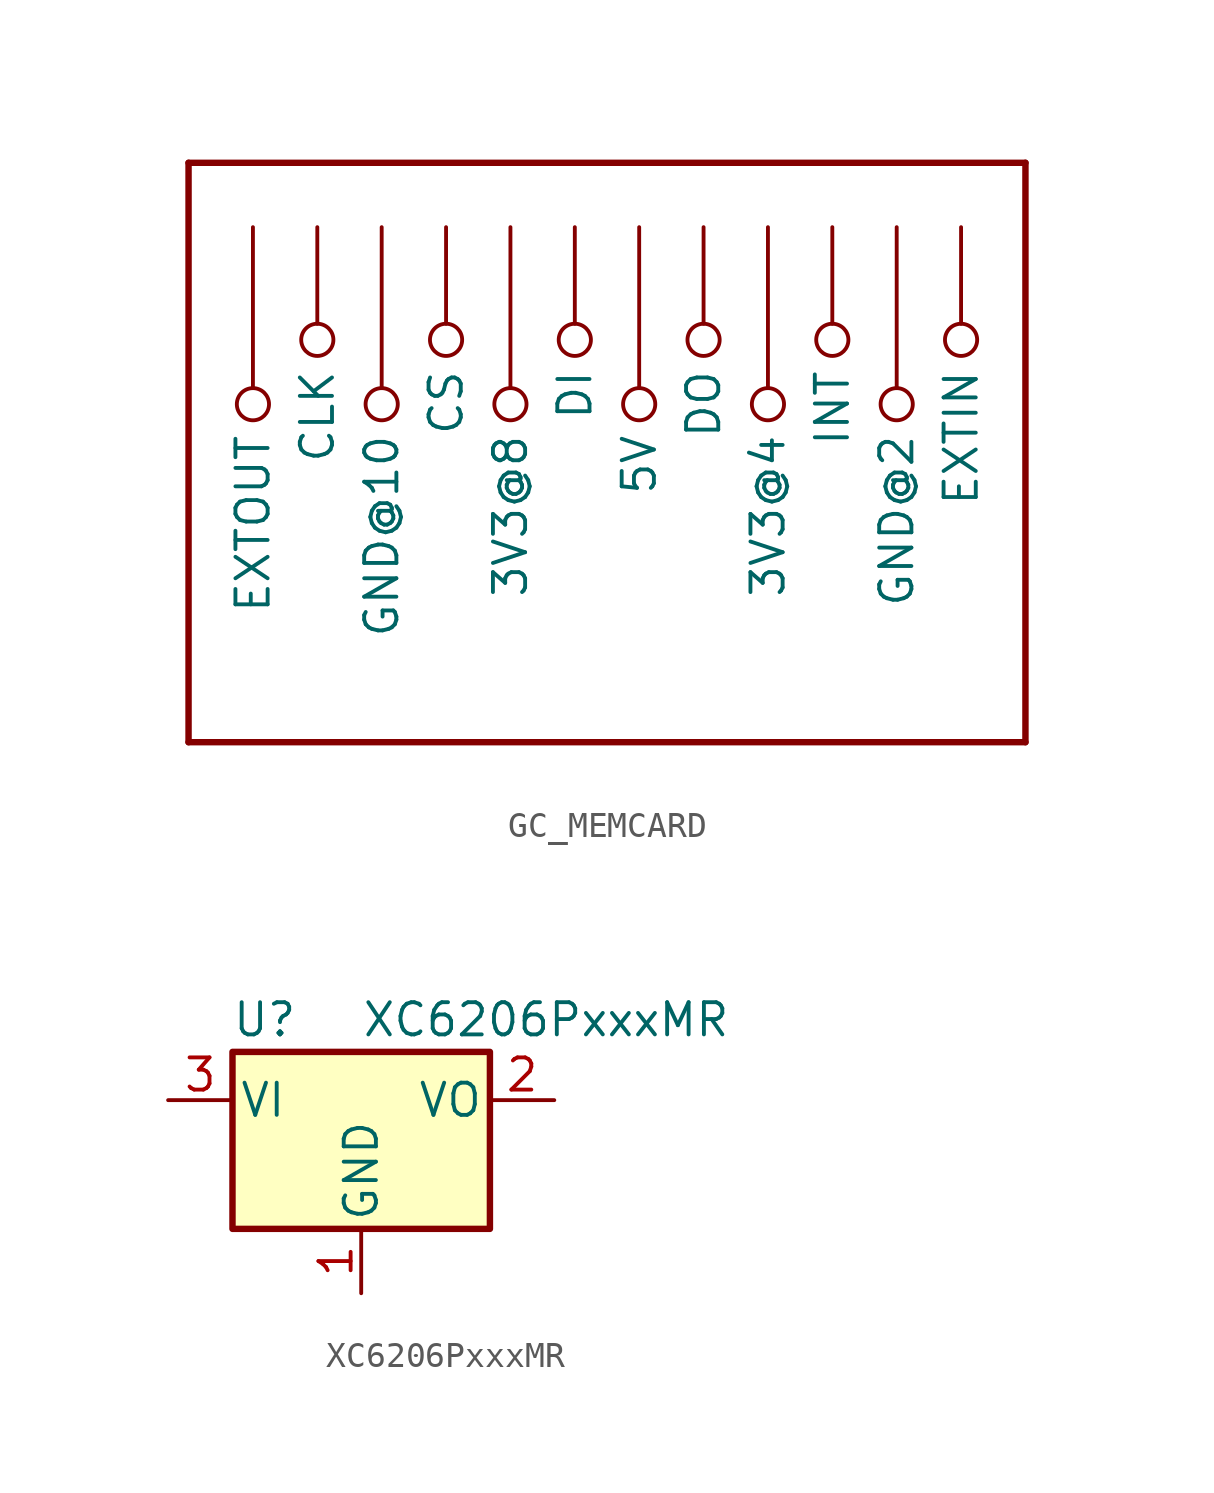
<source format=kicad_sym>
(kicad_symbol_lib
  (version 20231120)
  (generator "kicad_symbol_editor")
  (generator_version "8.0")
  (symbol "GC_MEMCARD"
    (property "Reference" "J"
      (at 0 0 0)
      (effects (font (size 1.27 1.27)) (hide yes)))
    (property "ki_locked" ""
      (at 0 0 0)
      (effects (font (size 1.27 1.27))))
    (symbol "GC_MEMCARD_1_0"
      (polyline (pts (xy -15.24 -10.16) (xy -15.24 12.7)) (stroke (width 0.254) (type solid)) (fill (type none)))
      (polyline (pts (xy -15.24 12.7) (xy 17.78 12.7)) (stroke (width 0.254) (type solid)) (fill (type none)))
      (polyline (pts (xy 17.78 -10.16) (xy -15.24 -10.16)) (stroke (width 0.254) (type solid)) (fill (type none)))
      (polyline (pts (xy 17.78 12.7) (xy 17.78 -10.16)) (stroke (width 0.254) (type solid)) (fill (type none)))
      (pin bidirectional inverted (at 15.24 10.16 270) (length 5.08) (name "EXTIN" (effects (font (size 1.27 1.27)))) (number "1" (effects (font (size 0 0)))))
      (pin bidirectional inverted (at -7.62 10.16 270) (length 7.62) (name "GND@10" (effects (font (size 1.27 1.27)))) (number "10" (effects (font (size 0 0)))))
      (pin bidirectional inverted (at -10.16 10.16 270) (length 5.08) (name "CLK" (effects (font (size 1.27 1.27)))) (number "11" (effects (font (size 0 0)))))
      (pin bidirectional inverted (at -12.7 10.16 270) (length 7.62) (name "EXTOUT" (effects (font (size 1.27 1.27)))) (number "12" (effects (font (size 0 0)))))
      (pin bidirectional inverted (at 12.7 10.16 270) (length 7.62) (name "GND@2" (effects (font (size 1.27 1.27)))) (number "2" (effects (font (size 0 0)))))
      (pin bidirectional inverted (at 10.16 10.16 270) (length 5.08) (name "INT" (effects (font (size 1.27 1.27)))) (number "3" (effects (font (size 0 0)))))
      (pin bidirectional inverted (at 7.62 10.16 270) (length 7.62) (name "3V3@4" (effects (font (size 1.27 1.27)))) (number "4" (effects (font (size 0 0)))))
      (pin bidirectional inverted (at 5.08 10.16 270) (length 5.08) (name "DO" (effects (font (size 1.27 1.27)))) (number "5" (effects (font (size 0 0)))))
      (pin bidirectional inverted (at 2.54 10.16 270) (length 7.62) (name "5V" (effects (font (size 1.27 1.27)))) (number "6" (effects (font (size 0 0)))))
      (pin bidirectional inverted (at 0 10.16 270) (length 5.08) (name "DI" (effects (font (size 1.27 1.27)))) (number "7" (effects (font (size 0 0)))))
      (pin bidirectional inverted (at -2.54 10.16 270) (length 7.62) (name "3V3@8" (effects (font (size 1.27 1.27)))) (number "8" (effects (font (size 0 0)))))
      (pin bidirectional inverted (at -5.08 10.16 270) (length 5.08) (name "CS" (effects (font (size 1.27 1.27)))) (number "9" (effects (font (size 0 0)))))))
  (symbol "XC6206PxxxMR"
    (pin_names
      (offset 0.254))
    (property "Reference" "U"
      (at -3.81 3.175 0)
      (effects (font (size 1.27 1.27))))
    (property "Value" "XC6206PxxxMR"
      (at 0 3.175 0)
      (effects (font (size 1.27 1.27)) (justify left)))
    (symbol "XC6206PxxxMR_0_1"
      (rectangle (start -5.08 1.905) (end 5.08 -5.08) (stroke (width 0.254) (type default)) (fill (type background))))
    (symbol "XC6206PxxxMR_1_1"
      (pin power_in line (at 0 -7.62 90) (length 2.54) (name "GND" (effects (font (size 1.27 1.27)))) (number "1" (effects (font (size 1.27 1.27)))))
      (pin power_out line (at 7.62 0 180) (length 2.54) (name "VO" (effects (font (size 1.27 1.27)))) (number "2" (effects (font (size 1.27 1.27)))))
      (pin power_in line (at -7.62 0 0) (length 2.54) (name "VI" (effects (font (size 1.27 1.27)))) (number "3" (effects (font (size 1.27 1.27))))))))
</source>
